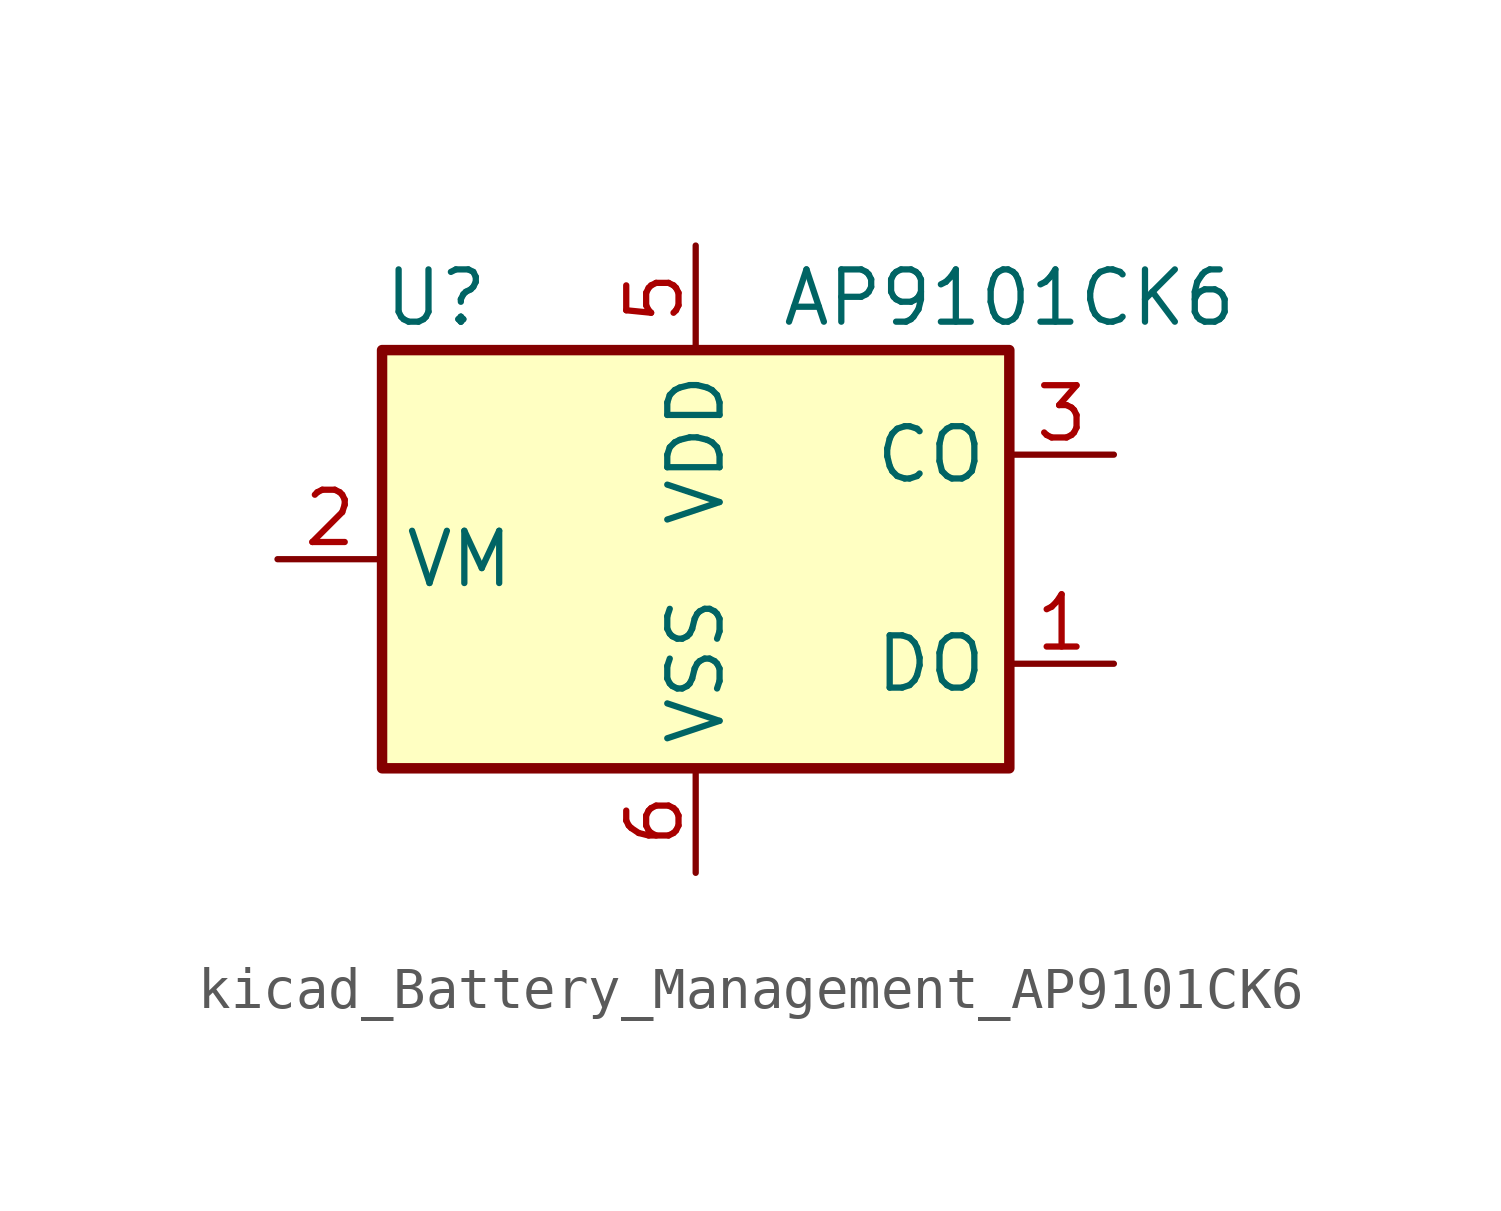
<source format=kicad_sym>
(kicad_symbol_lib
  (version 20220914)
  (generator kicad_symbol_editor)
  (symbol "kicad_Battery_Management_AP9101CK6"
    (property "Reference" "U"
      (at -7.62 6.35 0)
      (effects (font (size 1.27 1.27)) (justify left)))
    (property "Value" "AP9101CK6"
      (at 7.62 6.35 0)
      (effects (font (size 1.27 1.27))))
    (symbol "kicad_Battery_Management_AP9101CK6_0_1"
      (rectangle (start -7.62 5.08) (end 7.62 -5.08) (stroke (width 0.254) (type default)) (fill (type background))))
    (symbol "kicad_Battery_Management_AP9101CK6_1_1"
      (pin output line (at 10.16 -2.54 180) (length 2.54) (name "DO" (effects (font (size 1.27 1.27)))) (number "1" (effects (font (size 1.27 1.27)))))
      (pin passive line (at -10.16 0 0) (length 2.54) (name "VM" (effects (font (size 1.27 1.27)))) (number "2" (effects (font (size 1.27 1.27)))))
      (pin output line (at 10.16 2.54 180) (length 2.54) (name "CO" (effects (font (size 1.27 1.27)))) (number "3" (effects (font (size 1.27 1.27)))))
      (pin no_connect line (at -7.62 -2.54 0) (length 2.54) hide (name "NC" (effects (font (size 1.27 1.27)))) (number "4" (effects (font (size 1.27 1.27)))))
      (pin power_in line (at 0 7.62 270) (length 2.54) (name "VDD" (effects (font (size 1.27 1.27)))) (number "5" (effects (font (size 1.27 1.27)))))
      (pin power_in line (at 0 -7.62 90) (length 2.54) (name "VSS" (effects (font (size 1.27 1.27)))) (number "6" (effects (font (size 1.27 1.27))))))))
</source>
